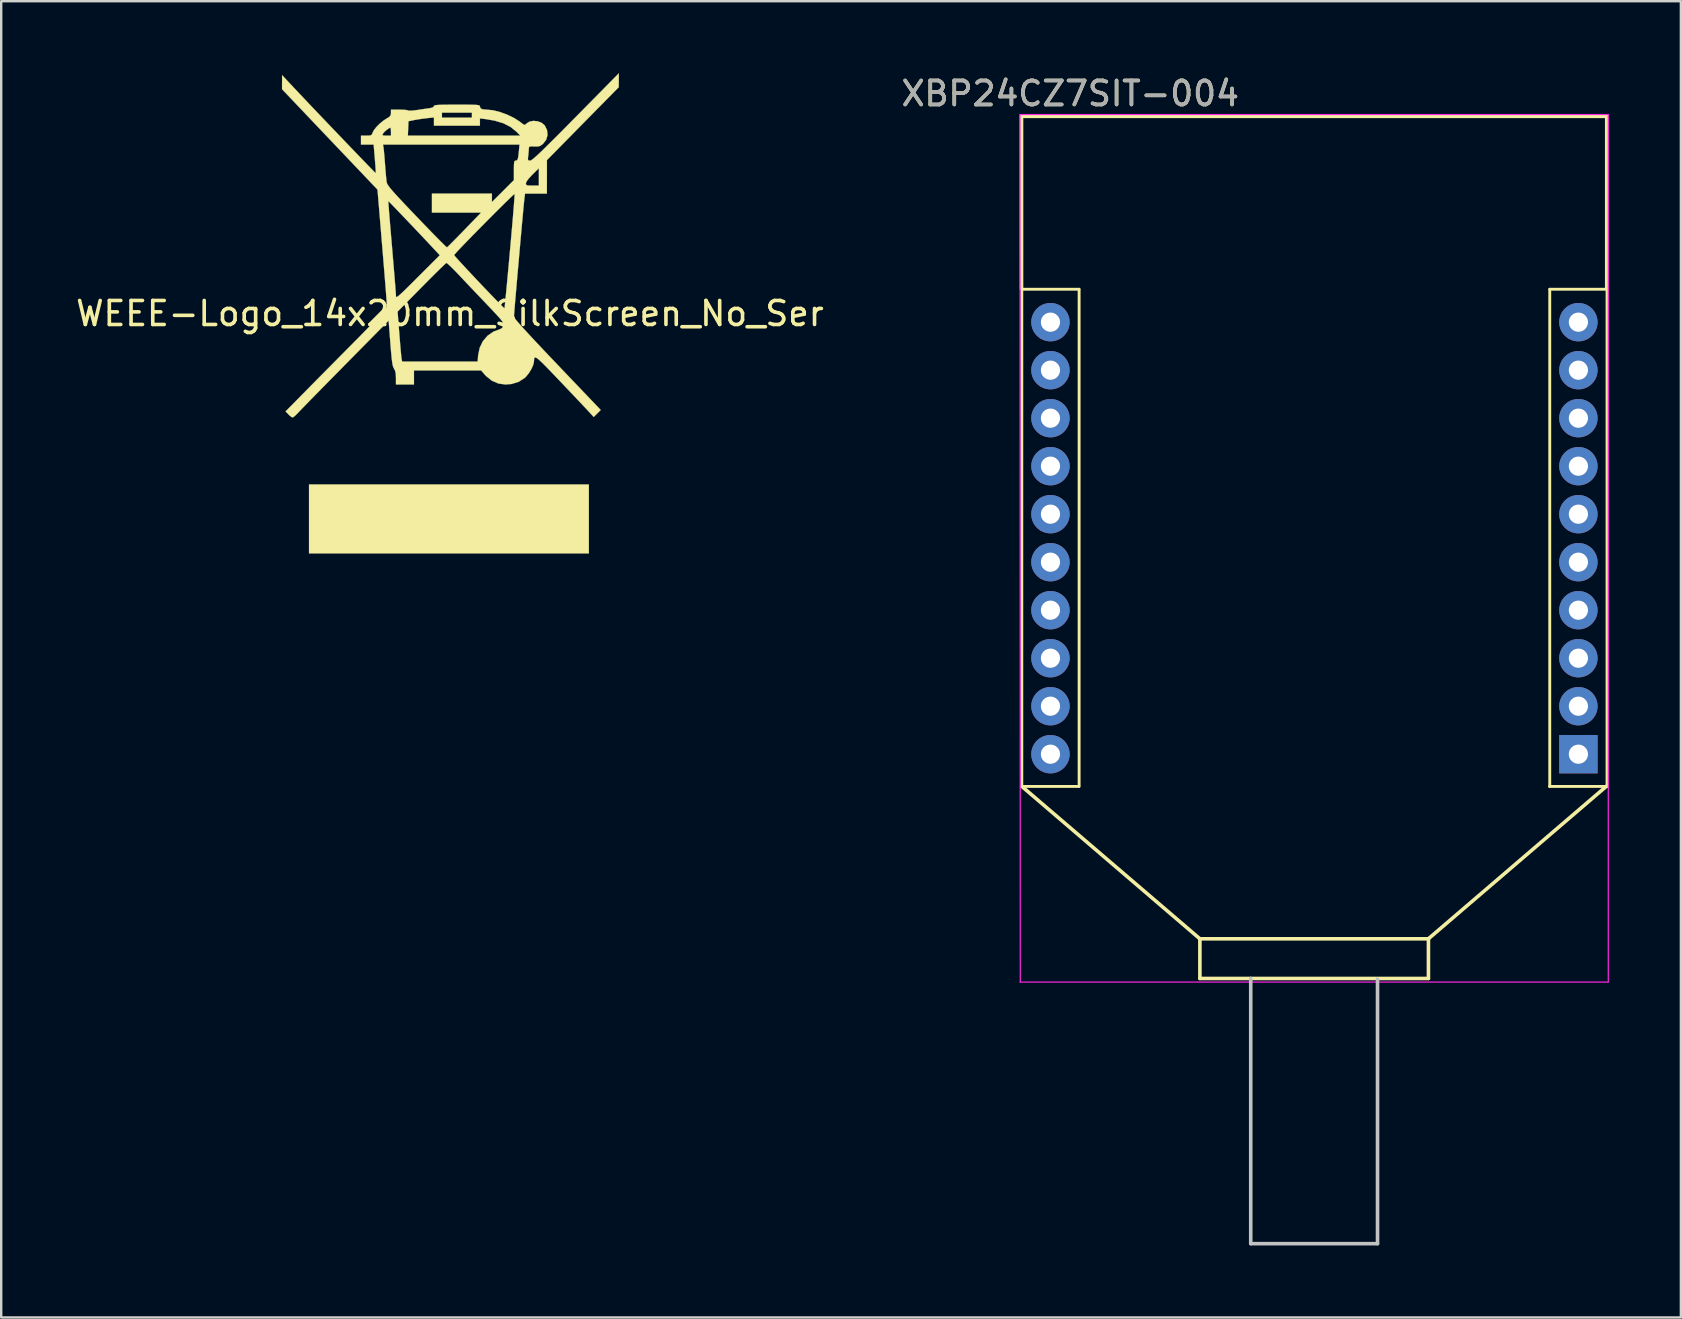
<source format=kicad_pcb>
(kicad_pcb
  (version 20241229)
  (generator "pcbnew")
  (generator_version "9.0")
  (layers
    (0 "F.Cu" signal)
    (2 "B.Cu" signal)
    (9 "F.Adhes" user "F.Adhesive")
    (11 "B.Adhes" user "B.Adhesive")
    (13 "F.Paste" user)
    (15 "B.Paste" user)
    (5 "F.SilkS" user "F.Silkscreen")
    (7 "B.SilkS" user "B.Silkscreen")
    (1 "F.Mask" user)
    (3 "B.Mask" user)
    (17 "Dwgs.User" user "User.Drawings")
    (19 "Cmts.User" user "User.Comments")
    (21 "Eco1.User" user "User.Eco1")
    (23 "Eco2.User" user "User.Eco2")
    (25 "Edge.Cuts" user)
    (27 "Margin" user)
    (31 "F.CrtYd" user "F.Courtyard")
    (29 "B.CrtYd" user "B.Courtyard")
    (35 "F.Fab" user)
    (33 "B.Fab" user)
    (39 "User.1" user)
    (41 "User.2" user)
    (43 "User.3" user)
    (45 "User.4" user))
  (footprint "XBP24CZ7SIT-004"
    (layer "F.Cu")
    (at 40.716 10.373)
    (property "Reference" "XBP24CZ7SIT-004" (at 0.826 -9.525 0) (layer "F.SilkS") (effects (font (size 1 1) (thickness 0.15))))
    (attr through_hole)
    (fp_line (start -1.206 -8.575) (end 23.177 -8.575) (stroke (width 0.15) (type solid)) (layer "F.SilkS"))
    (fp_line (start -1.206 -8.572) (end -1.206 -1.397) (stroke (width 0.15) (type solid)) (layer "F.SilkS"))
    (fp_line (start -1.206 19.342) (end 1.181 19.342) (stroke (width 0.12) (type solid)) (layer "F.SilkS"))
    (fp_line (start -1.194 -1.367) (end -1.194 19.342) (stroke (width 0.12) (type solid)) (layer "F.SilkS"))
    (fp_line (start -1.191 19.342) (end 6.226 25.692) (stroke (width 0.15) (type solid)) (layer "F.SilkS"))
    (fp_line (start 1.189 -1.372) (end -1.194 -1.372) (stroke (width 0.12) (type solid)) (layer "F.SilkS"))
    (fp_line (start 1.194 19.342) (end 1.194 -1.37) (stroke (width 0.12) (type solid)) (layer "F.SilkS"))
    (fp_line (start 6.223 25.692) (end 15.748 25.692) (stroke (width 0.15) (type solid)) (layer "F.SilkS"))
    (fp_line (start 6.223 27.343) (end 15.748 27.343) (stroke (width 0.15) (type solid)) (layer "F.SilkS"))
    (fp_line (start 6.226 27.343) (end 6.226 25.687) (stroke (width 0.15) (type solid)) (layer "F.SilkS"))
    (fp_line (start 15.748 27.343) (end 15.748 25.682) (stroke (width 0.15) (type solid)) (layer "F.SilkS"))
    (fp_line (start 20.79 19.342) (end 23.177 19.344) (stroke (width 0.12) (type solid)) (layer "F.SilkS"))
    (fp_line (start 20.803 -1.37) (end 20.803 19.342) (stroke (width 0.12) (type solid)) (layer "F.SilkS"))
    (fp_line (start 23.162 19.337) (end 15.745 25.692) (stroke (width 0.15) (type solid)) (layer "F.SilkS"))
    (fp_line (start 23.177 -8.572) (end 23.177 -1.397) (stroke (width 0.15) (type solid)) (layer "F.SilkS"))
    (fp_line (start 23.19 -1.372) (end 20.803 -1.372) (stroke (width 0.12) (type solid)) (layer "F.SilkS"))
    (fp_line (start 23.19 19.342) (end 23.19 -1.367) (stroke (width 0.12) (type solid)) (layer "F.SilkS"))
    (fp_line (start 8.344 38.392) (end 8.344 27.343) (stroke (width 0.15) (type solid)) (layer "Dwgs.User"))
    (fp_line (start 8.344 38.392) (end 13.627 38.392) (stroke (width 0.15) (type solid)) (layer "Dwgs.User"))
    (fp_line (start 13.627 38.392) (end 13.627 27.374) (stroke (width 0.15) (type solid)) (layer "Dwgs.User"))
    (fp_line (start -1.27 -8.651) (end -1.257 27.495) (stroke (width 0.05) (type solid)) (layer "F.CrtYd"))
    (fp_line (start -1.27 27.495) (end 23.228 27.495) (stroke (width 0.05) (type solid)) (layer "F.CrtYd"))
    (fp_line (start 23.241 -8.651) (end -1.27 -8.651) (stroke (width 0.05) (type solid)) (layer "F.CrtYd"))
    (fp_line (start 23.241 27.495) (end 23.241 -8.651) (stroke (width 0.05) (type solid)) (layer "F.CrtYd"))
    (fp_text user "${REFERENCE}" (at 0.826 -9.525 0) (layer "F.Fab") (effects (font (size 1 1) (thickness 0.15))))
    (pad "1" thru_hole rect (at 21.996 18) (size 1.6 1.6) (drill 0.8) (layers "*.Cu" "*.Mask"))
    (pad "2" thru_hole circle (at 21.996 16) (size 1.6 1.6) (drill 0.8) (layers "*.Cu" "*.Mask"))
    (pad "3" thru_hole circle (at 21.996 14) (size 1.6 1.6) (drill 0.8) (layers "*.Cu" "*.Mask"))
    (pad "4" thru_hole circle (at 21.996 12) (size 1.6 1.6) (drill 0.8) (layers "*.Cu" "*.Mask"))
    (pad "5" thru_hole circle (at 21.996 10) (size 1.6 1.6) (drill 0.8) (layers "*.Cu" "*.Mask"))
    (pad "6" thru_hole circle (at 21.996 8) (size 1.6 1.6) (drill 0.8) (layers "*.Cu" "*.Mask"))
    (pad "7" thru_hole circle (at 21.996 6) (size 1.6 1.6) (drill 0.8) (layers "*.Cu" "*.Mask"))
    (pad "8" thru_hole circle (at 21.996 4) (size 1.6 1.6) (drill 0.8) (layers "*.Cu" "*.Mask"))
    (pad "9" thru_hole circle (at 21.996 2) (size 1.6 1.6) (drill 0.8) (layers "*.Cu" "*.Mask"))
    (pad "10" thru_hole circle (at 21.996 0) (size 1.6 1.6) (drill 0.8) (layers "*.Cu" "*.Mask"))
    (pad "11" thru_hole circle (at 0 0) (size 1.6 1.6) (drill 0.8) (layers "*.Cu" "*.Mask"))
    (pad "12" thru_hole circle (at 0 2) (size 1.6 1.6) (drill 0.8) (layers "*.Cu" "*.Mask"))
    (pad "13" thru_hole circle (at 0 4) (size 1.6 1.6) (drill 0.8) (layers "*.Cu" "*.Mask"))
    (pad "14" thru_hole circle (at 0 6) (size 1.6 1.6) (drill 0.8) (layers "*.Cu" "*.Mask"))
    (pad "15" thru_hole circle (at 0 8) (size 1.6 1.6) (drill 0.8) (layers "*.Cu" "*.Mask"))
    (pad "16" thru_hole circle (at 0 10) (size 1.6 1.6) (drill 0.8) (layers "*.Cu" "*.Mask"))
    (pad "17" thru_hole circle (at 0 12) (size 1.6 1.6) (drill 0.8) (layers "*.Cu" "*.Mask"))
    (pad "18" thru_hole circle (at 0 14) (size 1.6 1.6) (drill 0.8) (layers "*.Cu" "*.Mask"))
    (pad "19" thru_hole circle (at 0 16) (size 1.6 1.6) (drill 0.8) (layers "*.Cu" "*.Mask"))
    (pad "20" thru_hole circle (at 0 18) (size 1.6 1.6) (drill 0.8) (layers "*.Cu" "*.Mask")))
  (footprint "WEEE-Logo_14x20mm_SilkScreen_No_Ser"
    (layer "F.Cu")
    (at 15.696 10.013)
    (property "Reference" "WEEE-Logo_14x20mm_SilkScreen_No_Ser" (at 0 0 0) (layer "F.SilkS") (effects (font (size 1 1) (thickness 0.15))))
    (attr exclude_from_pos_files exclude_from_bom)
    (fp_poly (pts (xy 5.788 9.993) (xy -5.871 9.993) (xy -5.871 7.12) (xy 5.788 7.12) (xy 5.788 9.993)) (stroke (width 0.01) (type solid)) (fill yes) (layer "F.SilkS"))
    (fp_poly (pts (xy 7.035 -9.72) (xy 7.033 -9.431) (xy 4.041 -6.392) (xy 4.04 -5.694) (xy 4.039 -4.997) (xy 3.128 -4.997) (xy 3.105 -4.82) (xy 3.096 -4.739) (xy 3.081 -4.587) (xy 3.06 -4.373) (xy 3.036 -4.106) (xy 3.007 -3.795) (xy 2.976 -3.448) (xy 2.942 -3.076) (xy 2.908 -2.687) (xy 2.873 -2.29) (xy 2.838 -1.895) (xy 2.804 -1.51) (xy 2.772 -1.144) (xy 2.743 -0.806) (xy 2.717 -0.506) (xy 2.696 -0.253) (xy 2.68 -0.055) (xy 2.67 0.078) (xy 2.666 0.138) (xy 2.666 0.138) (xy 2.692 0.186) (xy 2.768 0.284) (xy 2.897 0.434) (xy 3.079 0.638) (xy 3.316 0.895) (xy 3.607 1.208) (xy 3.955 1.577) (xy 4.361 2.004) (xy 4.475 2.124) (xy 6.282 4.018) (xy 6.136 4.164) (xy 5.99 4.31) (xy 5.754 4.052) (xy 5.667 3.959) (xy 5.532 3.816) (xy 5.357 3.631) (xy 5.152 3.413) (xy 4.924 3.174) (xy 4.684 2.921) (xy 4.54 2.77) (xy 4.27 2.487) (xy 4.052 2.261) (xy 3.88 2.086) (xy 3.748 1.96) (xy 3.652 1.878) (xy 3.585 1.835) (xy 3.542 1.828) (xy 3.517 1.853) (xy 3.506 1.905) (xy 3.501 1.98) (xy 3.501 2.001) (xy 3.469 2.143) (xy 3.393 2.314) (xy 3.285 2.488) (xy 3.163 2.637) (xy 3.114 2.683) (xy 2.864 2.845) (xy 2.571 2.935) (xy 2.312 2.956) (xy 2.018 2.916) (xy 1.747 2.798) (xy 1.507 2.605) (xy 1.463 2.557) (xy 1.301 2.373) (xy -1.499 2.373) (xy -1.499 2.956) (xy -2.249 2.956) (xy -2.249 2.684) (xy -2.258 2.498) (xy -2.29 2.369) (xy -2.328 2.299) (xy -2.355 2.249) (xy -2.379 2.176) (xy -2.4 2.07) (xy -2.42 1.919) (xy -2.441 1.714) (xy -2.465 1.443) (xy -2.481 1.241) (xy -2.554 0.296) (xy -4.35 2.115) (xy -4.675 2.445) (xy -4.986 2.761) (xy -5.279 3.059) (xy -5.548 3.333) (xy -5.787 3.576) (xy -5.99 3.784) (xy -6.151 3.95) (xy -6.265 4.068) (xy -6.326 4.133) (xy -6.427 4.235) (xy -6.511 4.307) (xy -6.556 4.33) (xy -6.613 4.303) (xy -6.697 4.233) (xy -6.726 4.204) (xy -6.847 4.078) (xy -6.182 3.403) (xy -6.012 3.231) (xy -5.794 3.01) (xy -5.536 2.748) (xy -5.247 2.457) (xy -4.939 2.146) (xy -4.62 1.823) (xy -4.3 1.5) (xy -4.07 1.269) (xy -3.721 0.916) (xy -3.428 0.617) (xy -3.187 0.368) (xy -2.994 0.166) (xy -2.845 0.005) (xy -2.772 -0.079) (xy -2.181 -0.079) (xy -2.107 0.866) (xy -2.085 1.143) (xy -2.064 1.397) (xy -2.044 1.613) (xy -2.028 1.779) (xy -2.015 1.882) (xy -2.012 1.905) (xy -1.99 1.999) (xy 1.155 1.999) (xy 1.175 1.737) (xy 1.239 1.428) (xy 1.371 1.155) (xy 1.565 0.927) (xy 1.811 0.755) (xy 2.087 0.652) (xy 2.177 0.603) (xy 2.221 0.499) (xy 2.222 0.495) (xy 2.228 0.451) (xy 2.221 0.406) (xy 2.196 0.352) (xy 2.146 0.28) (xy 2.064 0.181) (xy 1.944 0.049) (xy 1.78 -0.127) (xy 1.565 -0.353) (xy 1.551 -0.368) (xy 1.32 -0.611) (xy 1.074 -0.869) (xy 0.83 -1.126) (xy 0.605 -1.363) (xy 0.417 -1.563) (xy 0.375 -1.607) (xy 0.214 -1.776) (xy 0.071 -1.919) (xy -0.044 -2.029) (xy -0.121 -2.095) (xy -0.146 -2.109) (xy -0.185 -2.079) (xy -0.274 -1.996) (xy -0.407 -1.867) (xy -0.578 -1.7) (xy -0.779 -1.5) (xy -1.002 -1.276) (xy -1.185 -1.091) (xy -2.181 -0.079) (xy -2.772 -0.079) (xy -2.738 -0.118) (xy -2.667 -0.207) (xy -2.63 -0.266) (xy -2.622 -0.293) (xy -2.625 -0.352) (xy -2.635 -0.487) (xy -2.65 -0.689) (xy -2.67 -0.951) (xy -2.695 -1.265) (xy -2.724 -1.623) (xy -2.756 -2.018) (xy -2.791 -2.441) (xy -2.819 -2.78) (xy -2.978 -4.687) (xy -2.569 -4.687) (xy -2.567 -4.646) (xy -2.559 -4.53) (xy -2.545 -4.347) (xy -2.526 -4.106) (xy -2.502 -3.815) (xy -2.474 -3.483) (xy -2.443 -3.116) (xy -2.413 -2.768) (xy -2.38 -2.373) (xy -2.348 -2) (xy -2.32 -1.658) (xy -2.295 -1.356) (xy -2.275 -1.103) (xy -2.26 -0.908) (xy -2.251 -0.779) (xy -2.249 -0.729) (xy -2.245 -0.698) (xy -2.229 -0.686) (xy -2.196 -0.697) (xy -2.14 -0.738) (xy -2.054 -0.813) (xy -1.932 -0.927) (xy -1.769 -1.086) (xy -1.559 -1.294) (xy -1.336 -1.517) (xy -0.423 -2.429) (xy -0.429 -2.436) (xy 0.175 -2.436) (xy 0.202 -2.398) (xy 0.279 -2.31) (xy 0.398 -2.178) (xy 0.551 -2.012) (xy 0.73 -1.819) (xy 0.928 -1.608) (xy 1.136 -1.386) (xy 1.348 -1.162) (xy 1.556 -0.945) (xy 1.751 -0.741) (xy 1.926 -0.56) (xy 2.073 -0.41) (xy 2.186 -0.298) (xy 2.254 -0.232) (xy 2.273 -0.219) (xy 2.28 -0.262) (xy 2.292 -0.38) (xy 2.311 -0.567) (xy 2.335 -0.814) (xy 2.364 -1.115) (xy 2.396 -1.461) (xy 2.432 -1.846) (xy 2.47 -2.262) (xy 2.5 -2.597) (xy 2.539 -3.032) (xy 2.575 -3.442) (xy 2.608 -3.819) (xy 2.636 -4.156) (xy 2.659 -4.446) (xy 2.677 -4.68) (xy 2.689 -4.852) (xy 2.695 -4.955) (xy 2.694 -4.981) (xy 2.661 -4.958) (xy 2.578 -4.882) (xy 2.451 -4.76) (xy 2.288 -4.602) (xy 2.097 -4.412) (xy 1.883 -4.2) (xy 1.656 -3.972) (xy 1.422 -3.736) (xy 1.188 -3.499) (xy 0.962 -3.269) (xy 0.751 -3.052) (xy 0.562 -2.857) (xy 0.402 -2.69) (xy 0.28 -2.56) (xy 0.202 -2.472) (xy 0.175 -2.436) (xy -0.429 -2.436) (xy -0.763 -2.794) (xy -0.936 -2.979) (xy -1.131 -3.186) (xy -1.339 -3.406) (xy -1.553 -3.632) (xy -1.765 -3.855) (xy -1.968 -4.067) (xy -2.153 -4.261) (xy -2.313 -4.427) (xy -2.441 -4.559) (xy -2.528 -4.648) (xy -2.568 -4.686) (xy -2.569 -4.687) (xy -2.978 -4.687) (xy -3.018 -5.163) (xy -5.007 -7.255) (xy -6.995 -9.346) (xy -6.994 -9.639) (xy -6.992 -9.931) (xy -6.671 -9.588) (xy -6.491 -9.396) (xy -6.279 -9.172) (xy -6.04 -8.919) (xy -5.78 -8.645) (xy -5.505 -8.356) (xy -5.22 -8.057) (xy -4.931 -7.755) (xy -4.644 -7.455) (xy -4.365 -7.163) (xy -4.099 -6.886) (xy -3.853 -6.629) (xy -3.631 -6.399) (xy -3.439 -6.2) (xy -3.284 -6.041) (xy -3.171 -5.925) (xy -3.105 -5.86) (xy -3.091 -5.848) (xy -3.09 -5.891) (xy -3.095 -6.002) (xy -3.106 -6.166) (xy -3.122 -6.368) (xy -3.128 -6.448) (xy -3.178 -7.037) (xy -2.791 -7.037) (xy -2.771 -6.943) (xy -2.761 -6.869) (xy -2.747 -6.73) (xy -2.73 -6.543) (xy -2.713 -6.326) (xy -2.707 -6.246) (xy -2.689 -6.016) (xy -2.671 -5.802) (xy -2.654 -5.624) (xy -2.641 -5.504) (xy -2.638 -5.482) (xy -2.627 -5.437) (xy -2.603 -5.385) (xy -2.561 -5.319) (xy -2.496 -5.233) (xy -2.403 -5.122) (xy -2.277 -4.98) (xy -2.112 -4.801) (xy -1.904 -4.579) (xy -1.647 -4.308) (xy -1.385 -4.034) (xy -1.124 -3.762) (xy -0.881 -3.51) (xy -0.661 -3.284) (xy -0.471 -3.091) (xy -0.316 -2.936) (xy -0.203 -2.825) (xy -0.137 -2.766) (xy -0.123 -2.757) (xy -0.086 -2.789) (xy 0.000097 -2.873) (xy 0.127 -3) (xy 0.287 -3.162) (xy 0.471 -3.35) (xy 0.604 -3.487) (xy 1.299 -4.206) (xy -0.75 -4.206) (xy -0.75 -4.997) (xy 1.749 -4.997) (xy 1.749 -4.644) (xy 2.207 -5.101) (xy 2.532 -5.425) (xy 3.165 -5.425) (xy 3.171 -5.374) (xy 3.201 -5.345) (xy 3.275 -5.333) (xy 3.411 -5.33) (xy 3.435 -5.33) (xy 3.706 -5.33) (xy 3.706 -6.056) (xy 3.435 -5.788) (xy 3.283 -5.625) (xy 3.191 -5.5) (xy 3.165 -5.425) (xy 2.532 -5.425) (xy 2.665 -5.557) (xy 2.665 -5.964) (xy 2.666 -6.151) (xy 2.672 -6.27) (xy 2.685 -6.336) (xy 2.709 -6.365) (xy 2.746 -6.371) (xy 2.786 -6.38) (xy 2.816 -6.415) (xy 2.839 -6.489) (xy 2.858 -6.617) (xy 2.878 -6.81) (xy 2.884 -6.881) (xy 2.898 -7.037) (xy -2.791 -7.037) (xy -3.178 -7.037) (xy -3.706 -7.037) (xy -3.706 -7.412) (xy -3.481 -7.412) (xy -3.35 -7.415) (xy -3.279 -7.433) (xy -3.27 -7.443) (xy -2.81 -7.443) (xy -2.786 -7.419) (xy -2.702 -7.412) (xy -2.646 -7.412) (xy -2.457 -7.412) (xy -1.753 -7.412) (xy 2.932 -7.412) (xy 2.773 -7.574) (xy 2.527 -7.774) (xy 2.223 -7.929) (xy 1.854 -8.039) (xy 1.489 -8.101) (xy 1.249 -8.129) (xy 1.249 -7.828) (xy -0.666 -7.828) (xy -0.666 -8.17) (xy -0.947 -8.141) (xy -1.144 -8.117) (xy -1.353 -8.085) (xy -1.478 -8.063) (xy -1.728 -8.012) (xy -1.74 -7.712) (xy -1.753 -7.412) (xy -2.457 -7.412) (xy -2.457 -7.578) (xy -2.462 -7.683) (xy -2.476 -7.741) (xy -2.482 -7.745) (xy -2.543 -7.718) (xy -2.633 -7.653) (xy -2.724 -7.574) (xy -2.786 -7.502) (xy -2.791 -7.492) (xy -2.81 -7.443) (xy -3.27 -7.443) (xy -3.244 -7.474) (xy -3.23 -7.518) (xy -3.173 -7.634) (xy -3.064 -7.773) (xy -2.92 -7.917) (xy -2.762 -8.044) (xy -2.659 -8.11) (xy -2.54 -8.183) (xy -2.48 -8.244) (xy -2.458 -8.316) (xy -2.457 -8.359) (xy -2.457 -8.37) (xy -0.333 -8.37) (xy -0.333 -8.161) (xy 0.916 -8.161) (xy 0.916 -8.37) (xy -0.333 -8.37) (xy -2.457 -8.37) (xy -2.457 -8.494) (xy -2.106 -8.494) (xy -1.945 -8.491) (xy -1.819 -8.48) (xy -1.749 -8.465) (xy -1.742 -8.459) (xy -1.698 -8.45) (xy -1.59 -8.454) (xy -1.437 -8.469) (xy -1.332 -8.484) (xy -1.143 -8.513) (xy -0.97 -8.538) (xy -0.84 -8.557) (xy -0.802 -8.563) (xy -0.702 -8.594) (xy -0.666 -8.642) (xy -0.655 -8.662) (xy -0.617 -8.677) (xy -0.541 -8.688) (xy -0.418 -8.695) (xy -0.24 -8.7) (xy 0.004 -8.702) (xy 0.291 -8.703) (xy 0.598 -8.702) (xy 0.831 -8.701) (xy 1.001 -8.697) (xy 1.117 -8.691) (xy 1.19 -8.681) (xy 1.23 -8.667) (xy 1.246 -8.647) (xy 1.249 -8.624) (xy 1.275 -8.551) (xy 1.358 -8.509) (xy 1.51 -8.495) (xy 1.537 -8.494) (xy 1.795 -8.468) (xy 2.087 -8.395) (xy 2.388 -8.285) (xy 2.671 -8.148) (xy 2.91 -7.995) (xy 2.941 -7.97) (xy 3.042 -7.891) (xy 3.101 -7.86) (xy 3.143 -7.87) (xy 3.186 -7.912) (xy 3.312 -7.995) (xy 3.477 -8.027) (xy 3.654 -8.01) (xy 3.819 -7.948) (xy 3.945 -7.843) (xy 3.954 -7.831) (xy 4.048 -7.634) (xy 4.066 -7.431) (xy 4.009 -7.237) (xy 3.878 -7.07) (xy 3.862 -7.056) (xy 3.77 -6.99) (xy 3.676 -6.961) (xy 3.544 -6.959) (xy 3.511 -6.961) (xy 3.382 -6.965) (xy 3.316 -6.955) (xy 3.292 -6.922) (xy 3.289 -6.891) (xy 3.284 -6.803) (xy 3.272 -6.669) (xy 3.263 -6.589) (xy 3.249 -6.463) (xy 3.255 -6.398) (xy 3.286 -6.374) (xy 3.342 -6.371) (xy 3.376 -6.382) (xy 3.429 -6.416) (xy 3.507 -6.479) (xy 3.614 -6.573) (xy 3.752 -6.702) (xy 3.927 -6.871) (xy 4.142 -7.083) (xy 4.402 -7.341) (xy 4.71 -7.65) (xy 5.069 -8.014) (xy 5.243 -8.189) (xy 7.037 -10.008) (xy 7.035 -9.72)) (stroke (width 0.01) (type solid)) (fill yes) (layer "F.SilkS")))
  (gr_rect
    (start -3 -3)
    (end 66.982 51.84)
    (stroke (width 0.1) (type default))
    (fill no)
    (layer "Edge.Cuts")))
</source>
